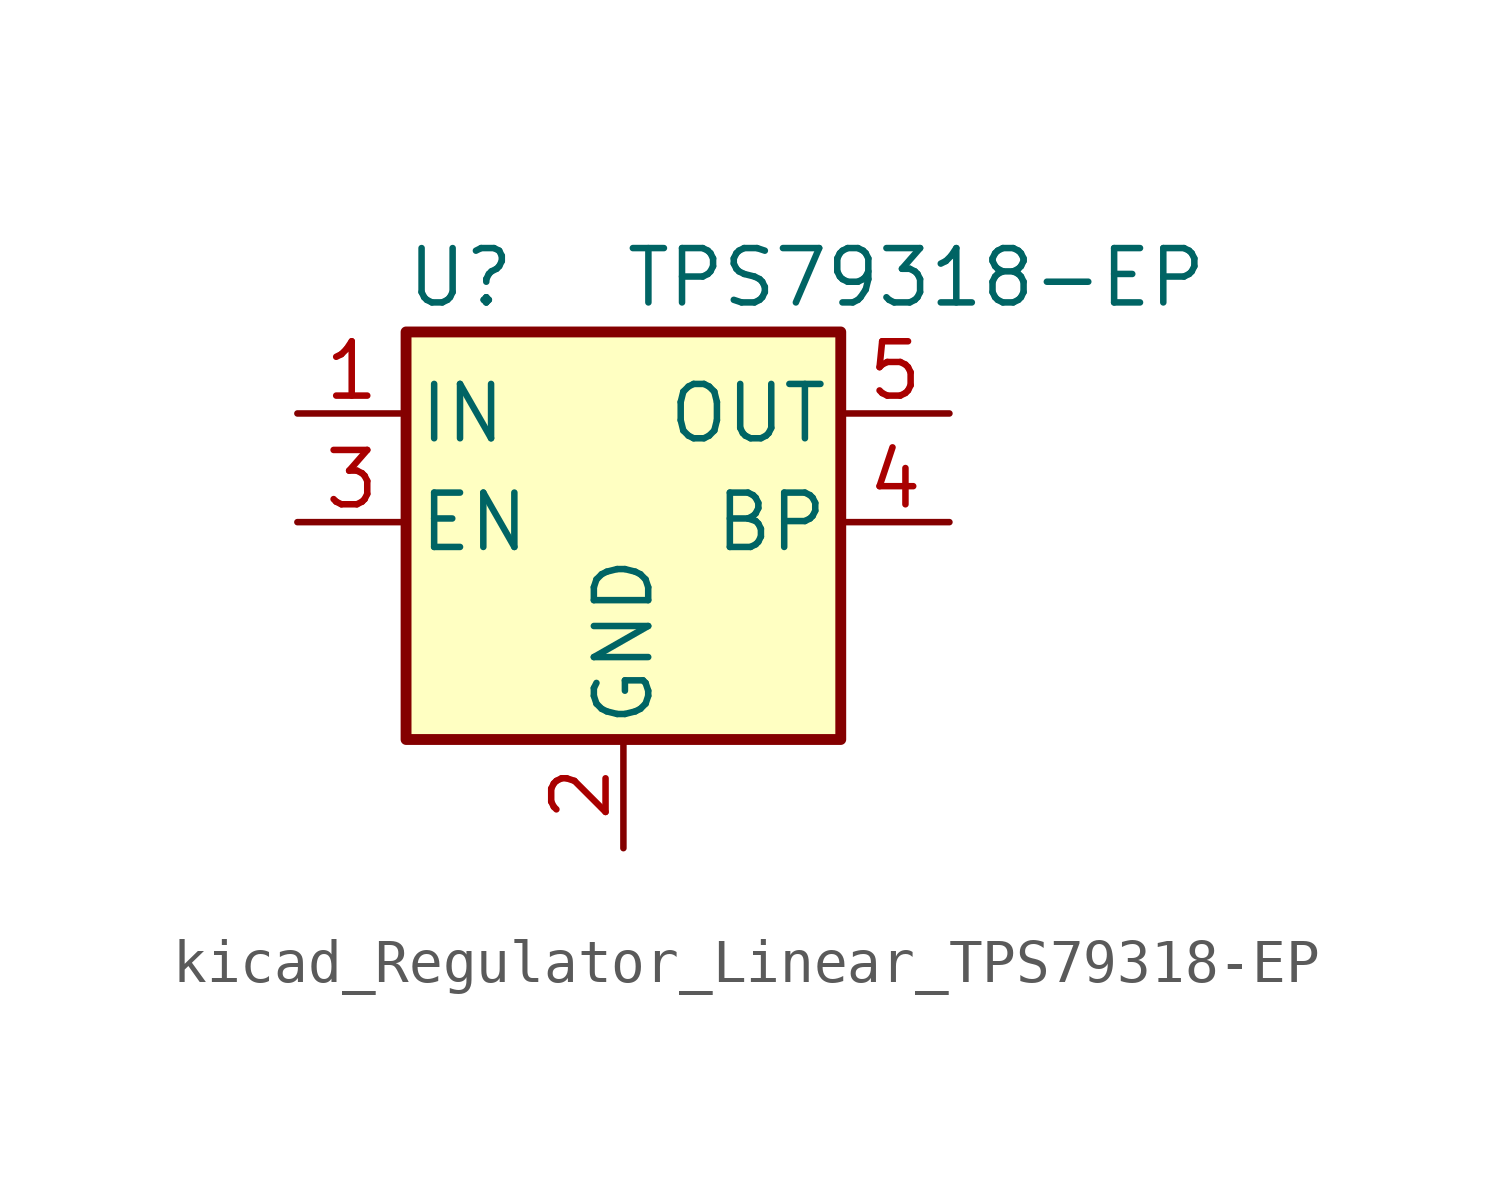
<source format=kicad_sym>
(kicad_symbol_lib
  (version 20220914)
  (generator kicad_symbol_editor)
  (symbol "kicad_Regulator_Linear_TPS79318-EP"
    (pin_names
      (offset 0.254))
    (property "Reference" "U"
      (at -3.81 5.715 0)
      (effects (font (size 1.27 1.27))))
    (property "Value" "TPS79318-EP"
      (at 0 5.715 0)
      (effects (font (size 1.27 1.27)) (justify left)))
    (symbol "kicad_Regulator_Linear_TPS79318-EP_1_1"
      (rectangle (start 5.08 -5.08) (end -5.08 4.445) (stroke (width 0.254) (type default)) (fill (type background)))
      (pin power_in line (at -7.62 2.54 0) (length 2.54) (name "IN" (effects (font (size 1.27 1.27)))) (number "1" (effects (font (size 1.27 1.27)))))
      (pin power_in line (at 0 -7.62 90) (length 2.54) (name "GND" (effects (font (size 1.27 1.27)))) (number "2" (effects (font (size 1.27 1.27)))))
      (pin input line (at -7.62 0 0) (length 2.54) (name "EN" (effects (font (size 1.27 1.27)))) (number "3" (effects (font (size 1.27 1.27)))))
      (pin bidirectional line (at 7.62 0 180) (length 2.54) (name "BP" (effects (font (size 1.27 1.27)))) (number "4" (effects (font (size 1.27 1.27)))))
      (pin power_out line (at 7.62 2.54 180) (length 2.54) (name "OUT" (effects (font (size 1.27 1.27)))) (number "5" (effects (font (size 1.27 1.27))))))))
</source>
